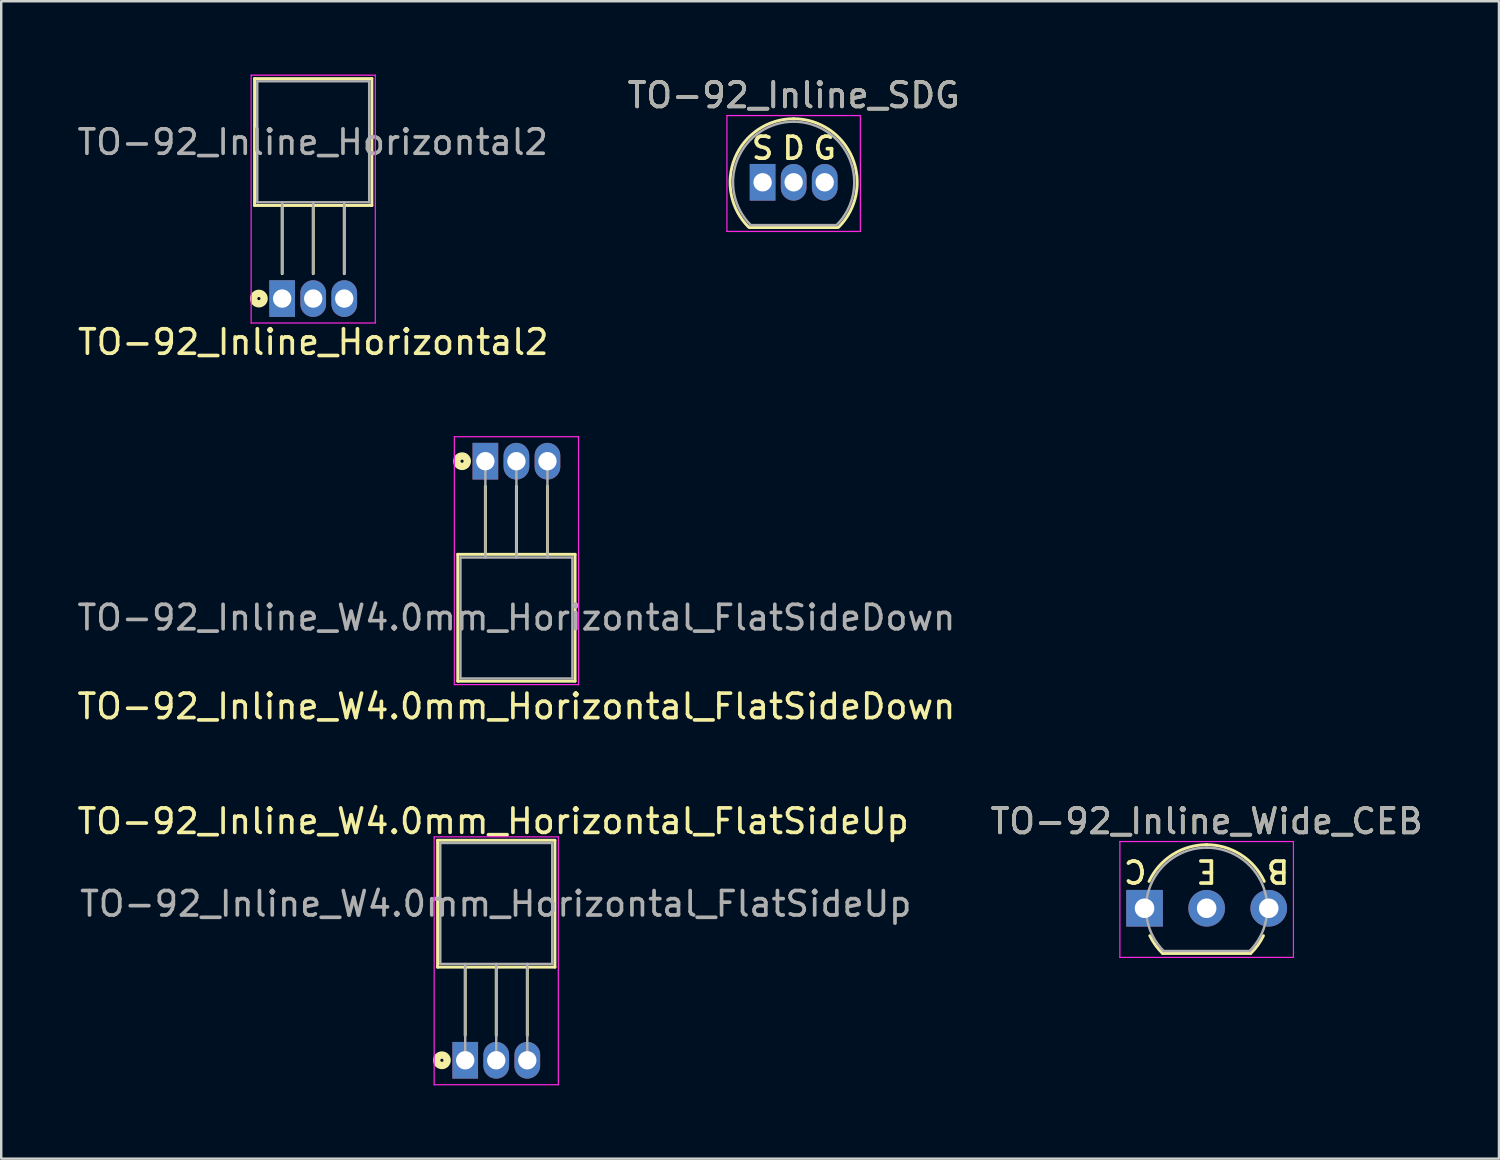
<source format=kicad_pcb>
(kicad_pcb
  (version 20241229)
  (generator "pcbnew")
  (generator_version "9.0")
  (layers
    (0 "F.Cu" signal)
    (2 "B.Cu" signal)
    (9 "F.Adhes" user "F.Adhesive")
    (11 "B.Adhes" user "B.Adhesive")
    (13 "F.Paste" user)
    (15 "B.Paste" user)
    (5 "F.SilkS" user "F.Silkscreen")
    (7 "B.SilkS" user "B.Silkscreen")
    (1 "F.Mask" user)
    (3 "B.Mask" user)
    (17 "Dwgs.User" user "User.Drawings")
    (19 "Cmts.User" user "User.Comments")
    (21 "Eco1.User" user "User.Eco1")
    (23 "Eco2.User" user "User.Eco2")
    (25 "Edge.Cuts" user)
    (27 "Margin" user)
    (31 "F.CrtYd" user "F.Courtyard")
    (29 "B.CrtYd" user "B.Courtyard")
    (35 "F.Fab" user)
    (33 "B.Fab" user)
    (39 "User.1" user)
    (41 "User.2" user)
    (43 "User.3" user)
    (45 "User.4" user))
  (footprint "TO-92_Inline_Wide_CEB"
    (layer "F.Cu")
    (at 43.775 34.108)
    (property "Reference" "TO-92_Inline_Wide_CEB" (at 2.54 -3.56 0) (layer "F.SilkS") (effects (font (size 1 1) (thickness 0.15))))
    (fp_line (start 0.74 1.85) (end 4.34 1.85) (stroke (width 0.12) (type solid)) (layer "F.SilkS"))
    (fp_arc (start 0.1836 -1.098807) (mid 1.143021 -2.192817) (end 2.54 -2.6) (stroke (width 0.12) (type solid)) (layer "F.SilkS"))
    (fp_arc (start 0.74 1.85) (mid 0.446097 1.509328) (end 0.215816 1.122795) (stroke (width 0.12) (type solid)) (layer "F.SilkS"))
    (fp_arc (start 2.54 -2.6) (mid 3.936979 -2.192818) (end 4.8964 -1.098807) (stroke (width 0.12) (type solid)) (layer "F.SilkS"))
    (fp_arc (start 4.864184 1.122795) (mid 4.633903 1.509328) (end 4.34 1.85) (stroke (width 0.12) (type solid)) (layer "F.SilkS"))
    (fp_line (start -1.01 -2.73) (end -1.01 2.01) (stroke (width 0.05) (type solid)) (layer "F.CrtYd"))
    (fp_line (start -1.01 -2.73) (end 6.09 -2.73) (stroke (width 0.05) (type solid)) (layer "F.CrtYd"))
    (fp_line (start 6.09 2.01) (end -1.01 2.01) (stroke (width 0.05) (type solid)) (layer "F.CrtYd"))
    (fp_line (start 6.09 2.01) (end 6.09 -2.73) (stroke (width 0.05) (type solid)) (layer "F.CrtYd"))
    (fp_line (start 0.8 1.75) (end 4.3 1.75) (stroke (width 0.1) (type solid)) (layer "F.Fab"))
    (fp_arc (start 0.786375 1.753625) (mid 0.248779 -0.949055) (end 2.54 -2.48) (stroke (width 0.1) (type solid)) (layer "F.Fab"))
    (fp_arc (start 2.54 -2.48) (mid 4.831221 -0.949055) (end 4.293625 1.753625) (stroke (width 0.1) (type solid)) (layer "F.Fab"))
    (fp_text user "C" (at -0.381 -1.524 180) (unlocked yes) (layer "F.SilkS") (effects (font (size 0.9 0.9) (thickness 0.15))))
    (fp_text user "B" (at 5.461 -1.524 180) (unlocked yes) (layer "F.SilkS") (effects (font (size 0.9 0.9) (thickness 0.15))))
    (fp_text user "E" (at 2.54 -1.524 180) (unlocked yes) (layer "F.SilkS") (effects (font (size 0.9 0.9) (thickness 0.15))))
    (fp_text user "${REFERENCE}" (at 2.54 -3.56 0) (layer "F.Fab") (effects (font (size 1 1) (thickness 0.15))))
    (pad "1" thru_hole rect (at 0 0 90) (size 1.5 1.5) (drill 0.8) (layers "*.Cu" "*.Mask"))
    (pad "2" thru_hole circle (at 2.54 0 90) (size 1.5 1.5) (drill 0.8) (layers "*.Cu" "*.Mask"))
    (pad "3" thru_hole circle (at 5.08 0 90) (size 1.5 1.5) (drill 0.8) (layers "*.Cu" "*.Mask")))
  (footprint "TO-92_Inline_Horizontal2"
    (layer "F.Cu")
    (at 8.494 9.165)
    (property "Reference" "TO-92_Inline_Horizontal2" (at 1.27 1.78 0) (layer "F.SilkS") (effects (font (size 1 1) (thickness 0.15))))
    (attr through_hole)
    (fp_line (start -1.13 -9) (end -1.13 -3.81) (stroke (width 0.12) (type solid)) (layer "F.SilkS"))
    (fp_line (start -1.13 -3.81) (end 3.67 -3.81) (stroke (width 0.12) (type solid)) (layer "F.SilkS"))
    (fp_line (start 0 -1.02) (end 0 -3.81) (stroke (width 0.12) (type solid)) (layer "F.SilkS"))
    (fp_line (start 1.27 -1.02) (end 1.27 -3.81) (stroke (width 0.12) (type solid)) (layer "F.SilkS"))
    (fp_line (start 2.54 -1.02) (end 2.54 -3.81) (stroke (width 0.12) (type solid)) (layer "F.SilkS"))
    (fp_line (start 3.67 -9) (end -1.13 -9) (stroke (width 0.12) (type solid)) (layer "F.SilkS"))
    (fp_line (start 3.67 -3.81) (end 3.67 -9) (stroke (width 0.12) (type solid)) (layer "F.SilkS"))
    (fp_circle (center -0.953 0) (end -0.889 0) (stroke (width 0.3) (type solid)) (fill no) (layer "F.SilkS"))
    (fp_line (start -1.27 -9.14) (end -1.27 1) (stroke (width 0.05) (type solid)) (layer "F.CrtYd"))
    (fp_line (start -1.27 -9.14) (end 3.81 -9.14) (stroke (width 0.05) (type solid)) (layer "F.CrtYd"))
    (fp_line (start 3.81 1) (end -1.27 1) (stroke (width 0.05) (type solid)) (layer "F.CrtYd"))
    (fp_line (start 3.81 1) (end 3.81 -9.14) (stroke (width 0.05) (type solid)) (layer "F.CrtYd"))
    (fp_line (start -1.02 -8.89) (end -1.02 -3.94) (stroke (width 0.1) (type solid)) (layer "F.Fab"))
    (fp_line (start -1.02 -3.94) (end 3.56 -3.94) (stroke (width 0.1) (type solid)) (layer "F.Fab"))
    (fp_line (start 0 -3.94) (end 0 -1.02) (stroke (width 0.1) (type solid)) (layer "F.Fab"))
    (fp_line (start 1.27 -3.94) (end 1.27 -1.02) (stroke (width 0.1) (type solid)) (layer "F.Fab"))
    (fp_line (start 2.54 -3.94) (end 2.54 -1.02) (stroke (width 0.1) (type solid)) (layer "F.Fab"))
    (fp_line (start 3.56 -8.89) (end -1.02 -8.89) (stroke (width 0.1) (type solid)) (layer "F.Fab"))
    (fp_line (start 3.56 -3.94) (end 3.56 -8.89) (stroke (width 0.1) (type solid)) (layer "F.Fab"))
    (fp_text user "${REFERENCE}" (at 1.25 -6.4 0) (layer "F.Fab") (effects (font (size 1 1) (thickness 0.15))))
    (pad "1" thru_hole rect (at 0 0) (size 1.05 1.5) (drill 0.75) (layers "*.Cu" "*.Mask"))
    (pad "2" thru_hole oval (at 1.27 0) (size 1.05 1.5) (drill 0.75) (layers "*.Cu" "*.Mask"))
    (pad "3" thru_hole oval (at 2.54 0) (size 1.05 1.5) (drill 0.75) (layers "*.Cu" "*.Mask")))
  (footprint "TO-92_Inline_W4.0mm_Horizontal_FlatSideDown"
    (layer "F.Cu")
    (at 16.807 15.818)
    (property "Reference" "TO-92_Inline_W4.0mm_Horizontal_FlatSideDown" (at 1.27 10.033 0) (layer "F.SilkS") (effects (font (size 1 1) (thickness 0.15))))
    (attr through_hole)
    (fp_line (start -1.13 3.81) (end 3.67 3.81) (stroke (width 0.12) (type solid)) (layer "F.SilkS"))
    (fp_line (start -1.13 9) (end -1.13 3.81) (stroke (width 0.12) (type solid)) (layer "F.SilkS"))
    (fp_line (start 0 1.02) (end 0 3.81) (stroke (width 0.12) (type solid)) (layer "F.SilkS"))
    (fp_line (start 1.27 1.02) (end 1.27 3.81) (stroke (width 0.12) (type solid)) (layer "F.SilkS"))
    (fp_line (start 2.54 1.02) (end 2.54 3.81) (stroke (width 0.12) (type solid)) (layer "F.SilkS"))
    (fp_line (start 3.67 3.81) (end 3.67 9) (stroke (width 0.12) (type solid)) (layer "F.SilkS"))
    (fp_line (start 3.67 9) (end -1.13 9) (stroke (width 0.12) (type solid)) (layer "F.SilkS"))
    (fp_circle (center -0.953 0) (end -0.889 0) (stroke (width 0.3) (type solid)) (fill no) (layer "F.SilkS"))
    (fp_line (start -1.27 -1) (end -1.27 9.14) (stroke (width 0.05) (type solid)) (layer "F.CrtYd"))
    (fp_line (start -1.27 -1) (end 3.81 -1) (stroke (width 0.05) (type solid)) (layer "F.CrtYd"))
    (fp_line (start 3.81 9.14) (end -1.27 9.14) (stroke (width 0.05) (type solid)) (layer "F.CrtYd"))
    (fp_line (start 3.81 9.14) (end 3.81 -1) (stroke (width 0.05) (type solid)) (layer "F.CrtYd"))
    (fp_line (start -1.02 3.94) (end 3.56 3.94) (stroke (width 0.1) (type solid)) (layer "F.Fab"))
    (fp_line (start -1.02 8.89) (end -1.02 3.94) (stroke (width 0.1) (type solid)) (layer "F.Fab"))
    (fp_line (start 0 3.94) (end 0 0) (stroke (width 0.1) (type solid)) (layer "F.Fab"))
    (fp_line (start 1.27 3.94) (end 1.27 0) (stroke (width 0.1) (type solid)) (layer "F.Fab"))
    (fp_line (start 2.54 3.94) (end 2.54 0) (stroke (width 0.1) (type solid)) (layer "F.Fab"))
    (fp_line (start 3.56 3.94) (end 3.56 8.89) (stroke (width 0.1) (type solid)) (layer "F.Fab"))
    (fp_line (start 3.56 8.89) (end -1.02 8.89) (stroke (width 0.1) (type solid)) (layer "F.Fab"))
    (fp_text user "${REFERENCE}" (at 1.27 6.4 0) (layer "F.Fab") (effects (font (size 1 1) (thickness 0.15))))
    (pad "1" thru_hole rect (at 0 0) (size 1.05 1.5) (drill 0.75) (layers "*.Cu" "*.Mask"))
    (pad "2" thru_hole oval (at 1.27 0) (size 1.05 1.5) (drill 0.75) (layers "*.Cu" "*.Mask"))
    (pad "3" thru_hole oval (at 2.54 0) (size 1.05 1.5) (drill 0.75) (layers "*.Cu" "*.Mask")))
  (footprint "TO-92_Inline_SDG"
    (layer "F.Cu")
    (at 28.149 4.408)
    (property "Reference" "TO-92_Inline_SDG" (at 1.27 -3.56 0) (layer "F.SilkS") (effects (font (size 1 1) (thickness 0.15))))
    (attr through_hole)
    (fp_line (start -0.53 1.85) (end 3.07 1.85) (stroke (width 0.12) (type solid)) (layer "F.SilkS"))
    (fp_arc (start -0.568478 1.838478) (mid -1.132087 -0.994977) (end 1.27 -2.6) (stroke (width 0.12) (type solid)) (layer "F.SilkS"))
    (fp_arc (start 1.27 -2.6) (mid 3.672087 -0.994977) (end 3.108478 1.838478) (stroke (width 0.12) (type solid)) (layer "F.SilkS"))
    (fp_line (start -1.46 -2.73) (end -1.46 2.01) (stroke (width 0.05) (type solid)) (layer "F.CrtYd"))
    (fp_line (start -1.46 -2.73) (end 4 -2.73) (stroke (width 0.05) (type solid)) (layer "F.CrtYd"))
    (fp_line (start 4 2.01) (end -1.46 2.01) (stroke (width 0.05) (type solid)) (layer "F.CrtYd"))
    (fp_line (start 4 2.01) (end 4 -2.73) (stroke (width 0.05) (type solid)) (layer "F.CrtYd"))
    (fp_line (start -0.5 1.75) (end 3 1.75) (stroke (width 0.1) (type solid)) (layer "F.Fab"))
    (fp_arc (start -0.483625 1.753625) (mid -1.021221 -0.949055) (end 1.27 -2.48) (stroke (width 0.1) (type solid)) (layer "F.Fab"))
    (fp_arc (start 1.27 -2.48) (mid 3.561221 -0.949055) (end 3.023625 1.753625) (stroke (width 0.1) (type solid)) (layer "F.Fab"))
    (fp_text user "S" (at 0 -1.397 0) (layer "F.SilkS") (effects (font (size 0.9 0.9) (thickness 0.15))))
    (fp_text user "D" (at 1.27 -1.397 0) (layer "F.SilkS") (effects (font (size 0.9 0.9) (thickness 0.15))))
    (fp_text user "G" (at 2.54 -1.397 0) (layer "F.SilkS") (effects (font (size 0.9 0.9) (thickness 0.15))))
    (fp_text user "${REFERENCE}" (at 1.27 -3.56 0) (layer "F.Fab") (effects (font (size 1 1) (thickness 0.15))))
    (pad "1" thru_hole rect (at 0 0) (size 1.05 1.5) (drill 0.75) (layers "*.Cu" "*.Mask"))
    (pad "2" thru_hole oval (at 1.27 0) (size 1.05 1.5) (drill 0.75) (layers "*.Cu" "*.Mask"))
    (pad "3" thru_hole oval (at 2.54 0) (size 1.05 1.5) (drill 0.75) (layers "*.Cu" "*.Mask")))
  (footprint "TO-92_Inline_W4.0mm_Horizontal_FlatSideUp"
    (layer "F.Cu")
    (at 15.982 40.327)
    (property "Reference" "TO-92_Inline_W4.0mm_Horizontal_FlatSideUp" (at 1.143 -9.779 0) (layer "F.SilkS") (effects (font (size 1 1) (thickness 0.15))))
    (attr through_hole)
    (fp_line (start -1.13 -9) (end -1.13 -3.81) (stroke (width 0.12) (type solid)) (layer "F.SilkS"))
    (fp_line (start -1.13 -3.81) (end 3.67 -3.81) (stroke (width 0.12) (type solid)) (layer "F.SilkS"))
    (fp_line (start 0 -1.02) (end 0 -3.81) (stroke (width 0.12) (type solid)) (layer "F.SilkS"))
    (fp_line (start 1.27 -1.02) (end 1.27 -3.81) (stroke (width 0.12) (type solid)) (layer "F.SilkS"))
    (fp_line (start 2.54 -1.02) (end 2.54 -3.81) (stroke (width 0.12) (type solid)) (layer "F.SilkS"))
    (fp_line (start 3.67 -9) (end -1.13 -9) (stroke (width 0.12) (type solid)) (layer "F.SilkS"))
    (fp_line (start 3.67 -3.81) (end 3.67 -9) (stroke (width 0.12) (type solid)) (layer "F.SilkS"))
    (fp_circle (center -0.953 0) (end -0.889 0) (stroke (width 0.3) (type solid)) (fill no) (layer "F.SilkS"))
    (fp_line (start -1.27 -9.14) (end -1.27 1) (stroke (width 0.05) (type solid)) (layer "F.CrtYd"))
    (fp_line (start -1.27 -9.14) (end 3.81 -9.14) (stroke (width 0.05) (type solid)) (layer "F.CrtYd"))
    (fp_line (start 3.81 1) (end -1.27 1) (stroke (width 0.05) (type solid)) (layer "F.CrtYd"))
    (fp_line (start 3.81 1) (end 3.81 -9.14) (stroke (width 0.05) (type solid)) (layer "F.CrtYd"))
    (fp_line (start -1.02 -8.89) (end -1.02 -3.94) (stroke (width 0.1) (type solid)) (layer "F.Fab"))
    (fp_line (start -1.02 -3.94) (end 3.56 -3.94) (stroke (width 0.1) (type solid)) (layer "F.Fab"))
    (fp_line (start 0 -3.94) (end 0 0) (stroke (width 0.1) (type solid)) (layer "F.Fab"))
    (fp_line (start 1.27 -3.94) (end 1.27 0) (stroke (width 0.1) (type solid)) (layer "F.Fab"))
    (fp_line (start 2.54 -3.94) (end 2.54 0) (stroke (width 0.1) (type solid)) (layer "F.Fab"))
    (fp_line (start 3.56 -8.89) (end -1.02 -8.89) (stroke (width 0.1) (type solid)) (layer "F.Fab"))
    (fp_line (start 3.56 -3.94) (end 3.56 -8.89) (stroke (width 0.1) (type solid)) (layer "F.Fab"))
    (fp_text user "${REFERENCE}" (at 1.25 -6.4 0) (layer "F.Fab") (effects (font (size 1 1) (thickness 0.15))))
    (pad "1" thru_hole rect (at 0 0) (size 1.05 1.5) (drill 0.75) (layers "*.Cu" "*.Mask"))
    (pad "2" thru_hole oval (at 1.27 0) (size 1.05 1.5) (drill 0.75) (layers "*.Cu" "*.Mask"))
    (pad "3" thru_hole oval (at 2.54 0) (size 1.05 1.5) (drill 0.75) (layers "*.Cu" "*.Mask")))
  (gr_rect
    (start -3 -3)
    (end 58.274 44.352)
    (stroke (width 0.1) (type default))
    (fill no)
    (layer "Edge.Cuts")))
</source>
